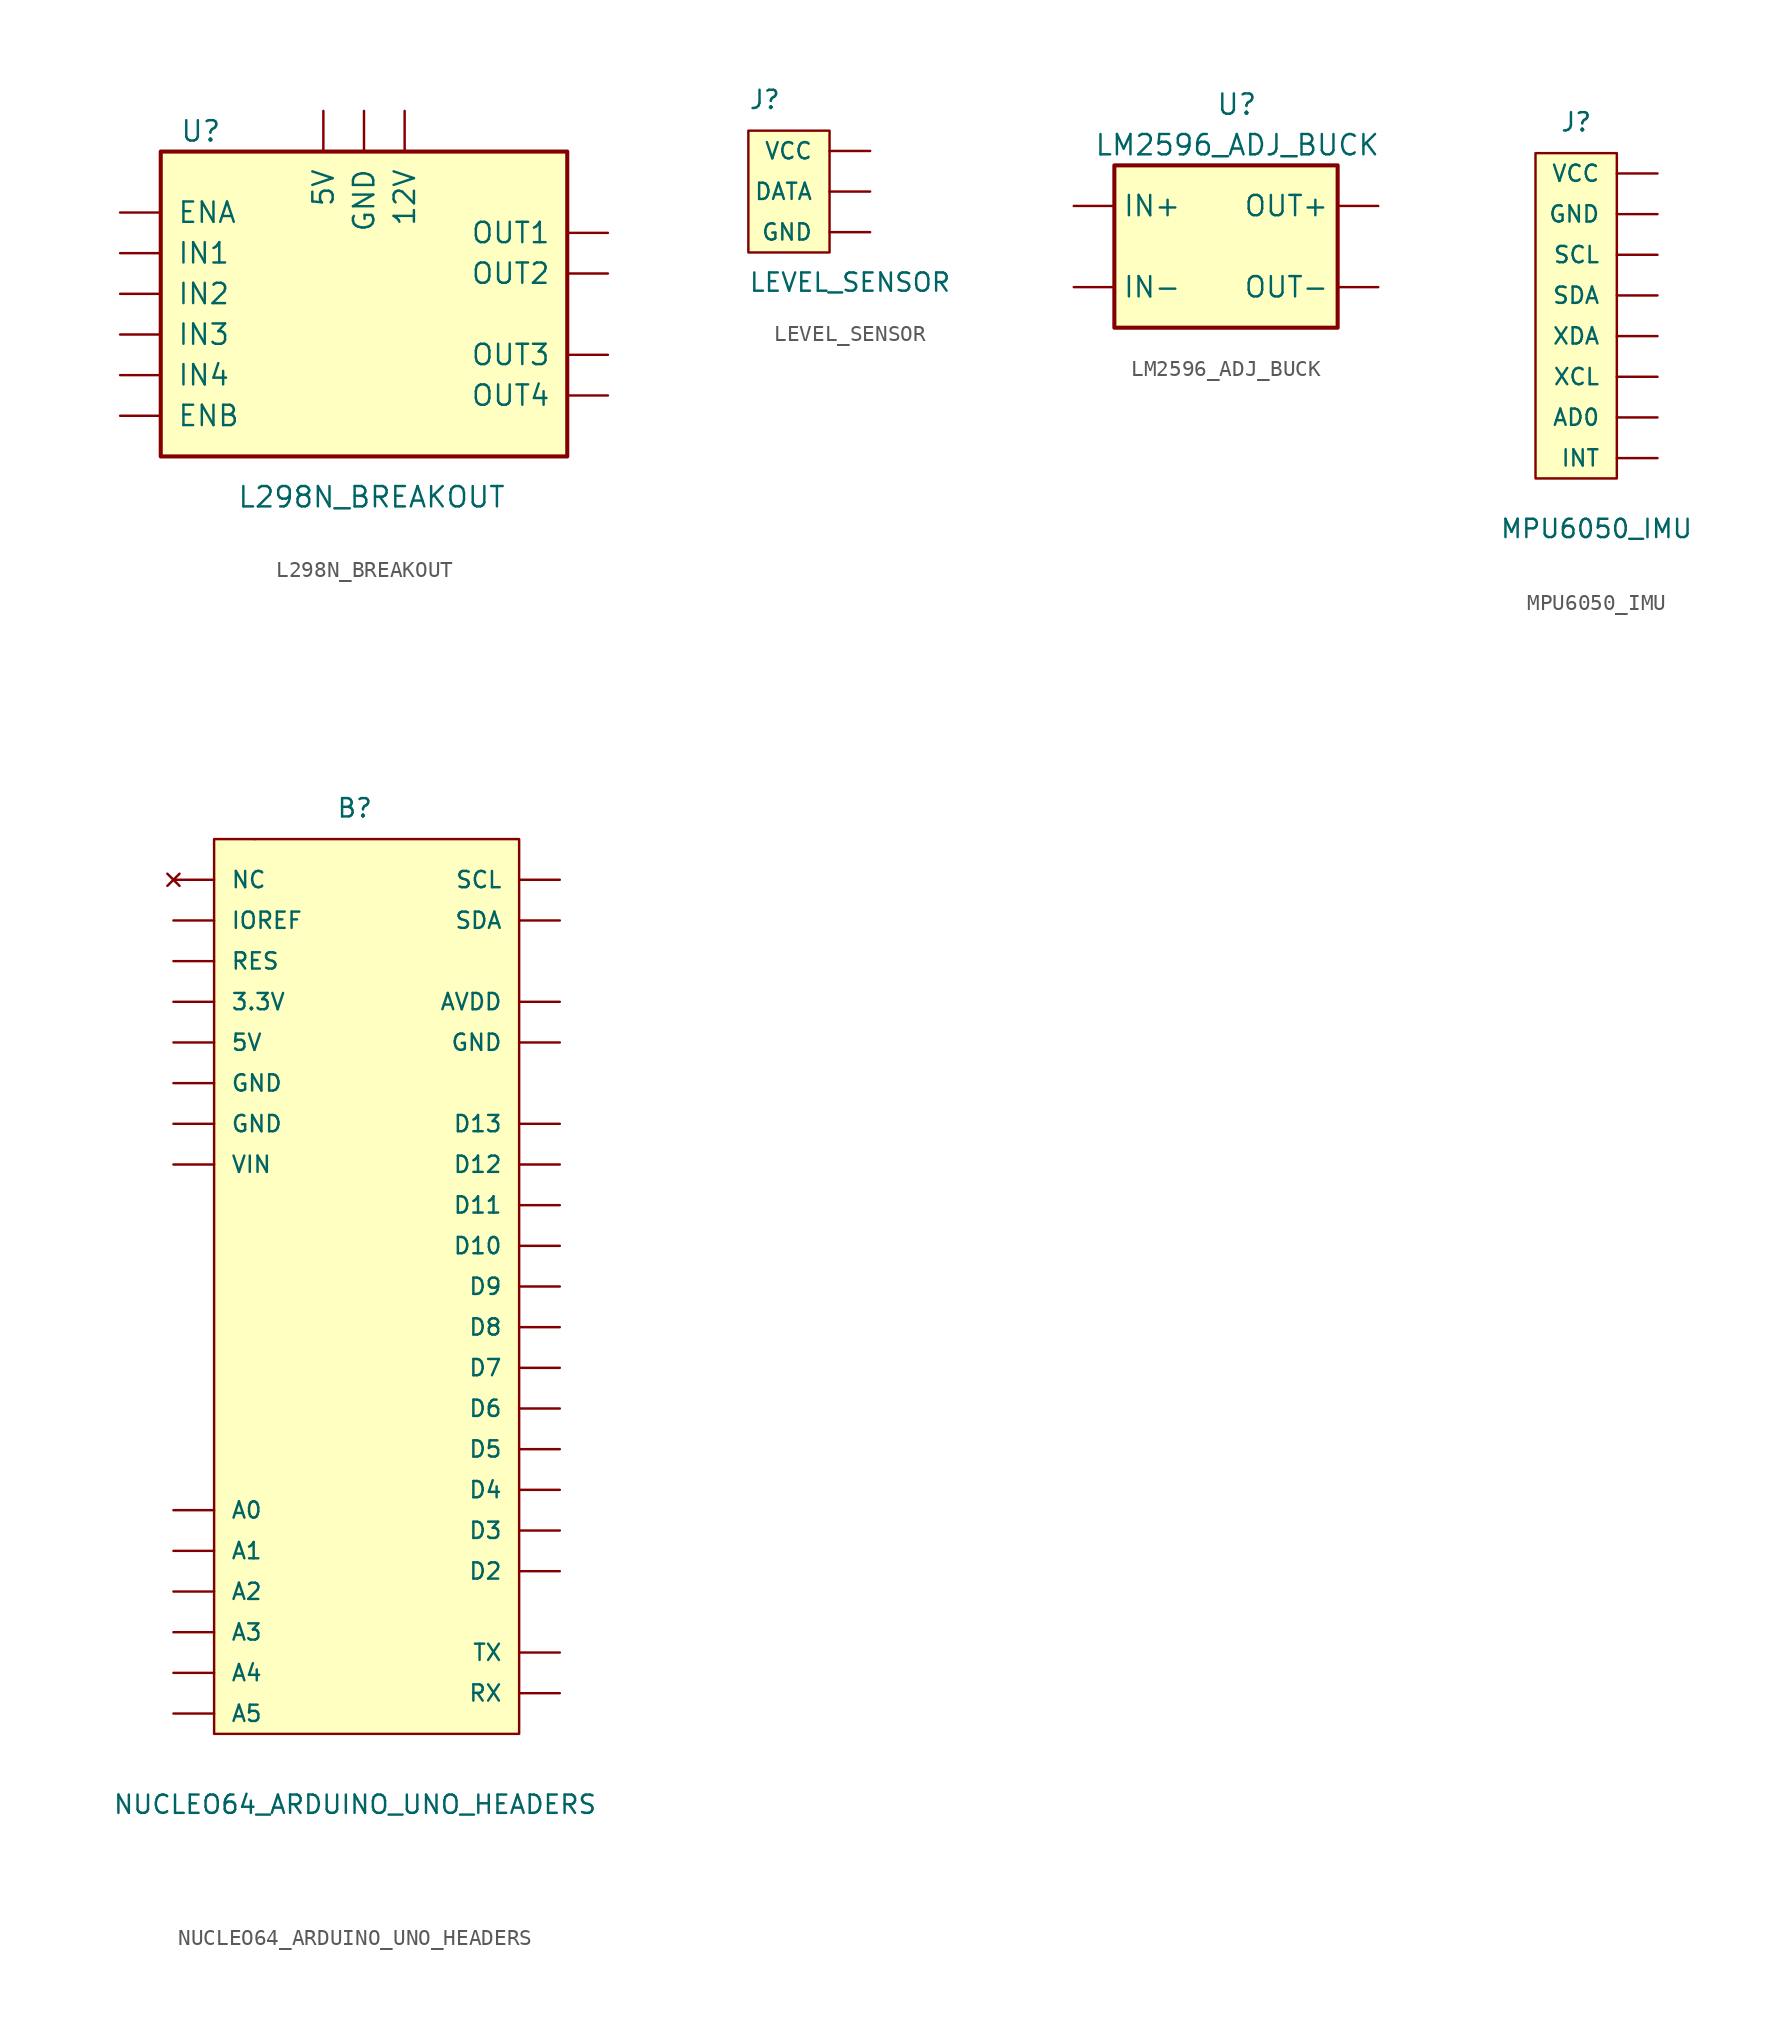
<source format=kicad_sym>
(kicad_symbol_lib
  (version 20211014)
  (generator kicad_symbol_editor)
  (symbol "L298N_BREAKOUT"
    (pin_numbers hide)
    (pin_names
      (offset 1.016))
    (property "Reference" "U"
      (at -8.89 11.43 0)
      (effects (font (size 1.27 1.27)) (justify right)))
    (property "Value" "L298N_BREAKOUT"
      (at 8.89 -11.43 0)
      (effects (font (size 1.27 1.27)) (justify right)))
    (symbol "L298N_BREAKOUT_0_1"
      (rectangle (start -12.7 10.16) (end 12.7 -8.89) (stroke (width 0.254) (type default) (color 0 0 0 0)) (fill (type background))))
    (symbol "L298N_BREAKOUT_1_1"
      (pin input line (at -15.24 -1.27 0) (length 2.54) (name "IN3" (effects (font (size 1.27 1.27)))) (number "10" (effects (font (size 1.27 1.27)))))
      (pin input line (at -15.24 -6.35 0) (length 2.54) (name "ENB" (effects (font (size 1.27 1.27)))) (number "11" (effects (font (size 1.27 1.27)))))
      (pin input line (at -15.24 -3.81 0) (length 2.54) (name "IN4" (effects (font (size 1.27 1.27)))) (number "12" (effects (font (size 1.27 1.27)))))
      (pin output line (at 15.24 -2.54 180) (length 2.54) (name "OUT3" (effects (font (size 1.27 1.27)))) (number "13" (effects (font (size 1.27 1.27)))))
      (pin output line (at 15.24 -5.08 180) (length 2.54) (name "OUT4" (effects (font (size 1.27 1.27)))) (number "14" (effects (font (size 1.27 1.27)))))
      (pin output line (at 15.24 5.08 180) (length 2.54) (name "OUT1" (effects (font (size 1.27 1.27)))) (number "2" (effects (font (size 1.27 1.27)))))
      (pin output line (at 15.24 2.54 180) (length 2.54) (name "OUT2" (effects (font (size 1.27 1.27)))) (number "3" (effects (font (size 1.27 1.27)))))
      (pin power_in line (at 2.54 12.7 270) (length 2.54) (name "12V" (effects (font (size 1.27 1.27)))) (number "4" (effects (font (size 1.27 1.27)))))
      (pin input line (at -15.24 3.81 0) (length 2.54) (name "IN1" (effects (font (size 1.27 1.27)))) (number "5" (effects (font (size 1.27 1.27)))))
      (pin input line (at -15.24 6.35 0) (length 2.54) (name "ENA" (effects (font (size 1.27 1.27)))) (number "6" (effects (font (size 1.27 1.27)))))
      (pin input line (at -15.24 1.27 0) (length 2.54) (name "IN2" (effects (font (size 1.27 1.27)))) (number "7" (effects (font (size 1.27 1.27)))))
      (pin power_in line (at 0 12.7 270) (length 2.54) (name "GND" (effects (font (size 1.27 1.27)))) (number "8" (effects (font (size 1.27 1.27)))))
      (pin power_in line (at -2.54 12.7 270) (length 2.54) (name "5V" (effects (font (size 1.27 1.27)))) (number "9" (effects (font (size 1.27 1.27)))))))
  (symbol "LEVEL_SENSOR"
    (pin_numbers hide)
    (pin_names
      (offset 1.016))
    (property "Reference" "J"
      (at -5.08 7.62 0)
      (effects (font (size 1.143 1.143)) (justify left bottom)))
    (property "Value" "LEVEL_SENSOR"
      (at -5.08 -3.81 0)
      (effects (font (size 1.143 1.143)) (justify left bottom)))
    (symbol "LEVEL_SENSOR_0_1"
      (rectangle (start 0 -1.27) (end -5.08 6.35) (stroke (width 0) (type default) (color 0 0 0 0)) (fill (type background))))
    (symbol "LEVEL_SENSOR_1_1"
      (pin power_in line (at 2.54 5.08 180) (length 2.54) (name "VCC" (effects (font (size 1.016 1.016)))) (number "1" (effects (font (size 1.016 1.016)))))
      (pin output line (at 2.54 2.54 180) (length 2.54) (name "DATA" (effects (font (size 1.016 1.016)))) (number "2" (effects (font (size 1.016 1.016)))))
      (pin power_in line (at 2.54 0 180) (length 2.54) (name "GND" (effects (font (size 1.016 1.016)))) (number "3" (effects (font (size 1.016 1.016)))))))
  (symbol "LM2596_ADJ_BUCK"
    (pin_numbers hide)
    (property "Reference" "U"
      (at -3.81 8.89 0)
      (effects (font (size 1.27 1.27)) (justify left)))
    (property "Value" "LM2596_ADJ_BUCK"
      (at -11.43 6.35 0)
      (effects (font (size 1.27 1.27)) (justify left)))
    (symbol "LM2596_ADJ_BUCK_0_1"
      (rectangle (start -10.16 5.08) (end 3.81 -5.08) (stroke (width 0.254) (type default) (color 0 0 0 0)) (fill (type background))))
    (symbol "LM2596_ADJ_BUCK_1_1"
      (pin power_in line (at -12.7 2.54 0) (length 2.54) (name "IN+" (effects (font (size 1.27 1.27)))) (number "1" (effects (font (size 1.27 1.27)))))
      (pin power_in line (at -12.7 -2.54 0) (length 2.54) (name "IN-" (effects (font (size 1.27 1.27)))) (number "2" (effects (font (size 1.27 1.27)))))
      (pin power_out line (at 6.35 -2.54 180) (length 2.54) (name "OUT-" (effects (font (size 1.27 1.27)))) (number "3" (effects (font (size 1.27 1.27)))))
      (pin power_out line (at 6.35 2.54 180) (length 2.54) (name "OUT+" (effects (font (size 1.27 1.27)))) (number "4" (effects (font (size 1.27 1.27)))))))
  (symbol "MPU6050_IMU"
    (pin_numbers hide)
    (pin_names
      (offset 1.016))
    (property "Reference" "J"
      (at -1.27 10.16 0)
      (effects (font (size 1.143 1.143)) (justify bottom)))
    (property "Value" "MPU6050_IMU"
      (at 0 -15.24 0)
      (effects (font (size 1.143 1.143)) (justify bottom)))
    (symbol "MPU6050_IMU_0_1"
      (rectangle (start -3.81 8.89) (end 1.27 -11.43) (stroke (width 0) (type default) (color 0 0 0 0)) (fill (type background))))
    (symbol "MPU6050_IMU_1_1"
      (pin input line (at 3.81 -7.62 180) (length 2.54) (name "AD0" (effects (font (size 1.016 1.016)))) (number "1" (effects (font (size 1.016 1.016)))))
      (pin input line (at 3.81 -10.16 180) (length 2.54) (name "INT" (effects (font (size 1.016 1.016)))) (number "1" (effects (font (size 1.016 1.016)))))
      (pin output line (at 3.81 -5.08 180) (length 2.54) (name "XCL" (effects (font (size 1.016 1.016)))) (number "2" (effects (font (size 1.016 1.016)))))
      (pin passive line (at 3.81 0 180) (length 2.54) (name "SDA" (effects (font (size 1.016 1.016)))) (number "3" (effects (font (size 1.016 1.016)))))
      (pin passive line (at 3.81 2.54 180) (length 2.54) (name "SCL" (effects (font (size 1.016 1.016)))) (number "4" (effects (font (size 1.016 1.016)))))
      (pin power_out line (at 3.81 -2.54 180) (length 2.54) (name "XDA" (effects (font (size 1.016 1.016)))) (number "5" (effects (font (size 1.016 1.016)))))
      (pin power_in line (at 3.81 5.08 180) (length 2.54) (name "GND" (effects (font (size 1.016 1.016)))) (number "6" (effects (font (size 1.016 1.016)))))
      (pin power_in line (at 3.81 7.62 180) (length 2.54) (name "VCC" (effects (font (size 1.016 1.016)))) (number "7" (effects (font (size 1.016 1.016)))))))
  (symbol "NUCLEO64_ARDUINO_UNO_HEADERS"
    (pin_numbers hide)
    (pin_names
      (offset 1.016))
    (property "Reference" "B"
      (at -1.27 22.86 0)
      (effects (font (size 1.143 1.143)) (justify left bottom)))
    (property "Value" "NUCLEO64_ARDUINO_UNO_HEADERS"
      (at -15.24 -39.37 0)
      (effects (font (size 1.143 1.143)) (justify left bottom)))
    (symbol "NUCLEO64_ARDUINO_UNO_HEADERS_1_1"
      (rectangle (start -6.35 21.59) (end -6.35 21.59) (stroke (width 0) (type default) (color 0 0 0 0)) (fill (type none)))
      (rectangle (start 6.35 3.81) (end 6.35 3.81) (stroke (width 0) (type default) (color 0 0 0 0)) (fill (type none)))
      (rectangle (start 10.16 21.59) (end -8.89 -34.29) (stroke (width 0) (type default) (color 0 0 0 0)) (fill (type background)))
      (pin bidirectional line (at -11.43 11.43 0) (length 2.54) (name "3.3V" (effects (font (size 1.016 1.016)))) (number "3.3V" (effects (font (size 1.016 1.016)))))
      (pin bidirectional line (at -11.43 8.89 0) (length 2.54) (name "5V" (effects (font (size 1.016 1.016)))) (number "5V" (effects (font (size 1.016 1.016)))))
      (pin bidirectional line (at -11.43 -20.32 0) (length 2.54) (name "A0" (effects (font (size 1.016 1.016)))) (number "A0" (effects (font (size 1.016 1.016)))))
      (pin bidirectional line (at -11.43 -22.86 0) (length 2.54) (name "A1" (effects (font (size 1.016 1.016)))) (number "A1" (effects (font (size 1.016 1.016)))))
      (pin bidirectional line (at -11.43 -25.4 0) (length 2.54) (name "A2" (effects (font (size 1.016 1.016)))) (number "A2" (effects (font (size 1.016 1.016)))))
      (pin bidirectional line (at -11.43 -27.94 0) (length 2.54) (name "A3" (effects (font (size 1.016 1.016)))) (number "A3" (effects (font (size 1.016 1.016)))))
      (pin bidirectional line (at -11.43 -30.48 0) (length 2.54) (name "A4" (effects (font (size 1.016 1.016)))) (number "A4" (effects (font (size 1.016 1.016)))))
      (pin bidirectional line (at -11.43 -33.02 0) (length 2.54) (name "A5" (effects (font (size 1.016 1.016)))) (number "A5" (effects (font (size 1.016 1.016)))))
      (pin power_in line (at 12.7 11.43 180) (length 2.54) (name "AVDD" (effects (font (size 1.016 1.016)))) (number "AVDD" (effects (font (size 1.016 1.016)))))
      (pin bidirectional line (at 12.7 -3.81 180) (length 2.54) (name "D10" (effects (font (size 1.016 1.016)))) (number "D10" (effects (font (size 1.016 1.016)))))
      (pin bidirectional line (at 12.7 -1.27 180) (length 2.54) (name "D11" (effects (font (size 1.016 1.016)))) (number "D11" (effects (font (size 1.016 1.016)))))
      (pin bidirectional line (at 12.7 1.27 180) (length 2.54) (name "D12" (effects (font (size 1.016 1.016)))) (number "D12" (effects (font (size 1.016 1.016)))))
      (pin bidirectional line (at 12.7 3.81 180) (length 2.54) (name "D13" (effects (font (size 1.016 1.016)))) (number "D13" (effects (font (size 1.016 1.016)))))
      (pin bidirectional line (at 12.7 -24.13 180) (length 2.54) (name "D2" (effects (font (size 1.016 1.016)))) (number "D2" (effects (font (size 1.016 1.016)))))
      (pin bidirectional line (at 12.7 -21.59 180) (length 2.54) (name "D3" (effects (font (size 1.016 1.016)))) (number "D3" (effects (font (size 1.016 1.016)))))
      (pin bidirectional line (at 12.7 -19.05 180) (length 2.54) (name "D4" (effects (font (size 1.016 1.016)))) (number "D4" (effects (font (size 1.016 1.016)))))
      (pin bidirectional line (at 12.7 -16.51 180) (length 2.54) (name "D5" (effects (font (size 1.016 1.016)))) (number "D5" (effects (font (size 1.016 1.016)))))
      (pin bidirectional line (at 12.7 -13.97 180) (length 2.54) (name "D6" (effects (font (size 1.016 1.016)))) (number "D6" (effects (font (size 1.016 1.016)))))
      (pin bidirectional line (at 12.7 -11.43 180) (length 2.54) (name "D7" (effects (font (size 1.016 1.016)))) (number "D7" (effects (font (size 1.016 1.016)))))
      (pin bidirectional line (at 12.7 -8.89 180) (length 2.54) (name "D8" (effects (font (size 1.016 1.016)))) (number "D8" (effects (font (size 1.016 1.016)))))
      (pin bidirectional line (at 12.7 -6.35 180) (length 2.54) (name "D9" (effects (font (size 1.016 1.016)))) (number "D9" (effects (font (size 1.016 1.016)))))
      (pin bidirectional line (at -11.43 3.81 0) (length 2.54) (name "GND" (effects (font (size 1.016 1.016)))) (number "GND" (effects (font (size 1.016 1.016)))))
      (pin bidirectional line (at -11.43 6.35 0) (length 2.54) (name "GND" (effects (font (size 1.016 1.016)))) (number "GND" (effects (font (size 1.016 1.016)))))
      (pin bidirectional line (at 12.7 8.89 180) (length 2.54) (name "GND" (effects (font (size 1.016 1.016)))) (number "GND" (effects (font (size 1.016 1.016)))))
      (pin bidirectional line (at -11.43 16.51 0) (length 2.54) (name "IOREF" (effects (font (size 1.016 1.016)))) (number "IOREF" (effects (font (size 1.016 1.016)))))
      (pin no_connect line (at -11.43 19.05 0) (length 2.54) (name "NC" (effects (font (size 1.016 1.016)))) (number "NC" (effects (font (size 1.016 1.016)))))
      (pin bidirectional line (at -11.43 13.97 0) (length 2.54) (name "RES" (effects (font (size 1.016 1.016)))) (number "RES" (effects (font (size 1.016 1.016)))))
      (pin bidirectional line (at 12.7 -31.75 180) (length 2.54) (name "RX" (effects (font (size 1.016 1.016)))) (number "RX" (effects (font (size 1.016 1.016)))))
      (pin bidirectional line (at 12.7 19.05 180) (length 2.54) (name "SCL" (effects (font (size 1.016 1.016)))) (number "SCL" (effects (font (size 1.016 1.016)))))
      (pin bidirectional line (at 12.7 16.51 180) (length 2.54) (name "SDA" (effects (font (size 1.016 1.016)))) (number "SDA" (effects (font (size 1.016 1.016)))))
      (pin bidirectional line (at 12.7 -29.21 180) (length 2.54) (name "TX" (effects (font (size 1.016 1.016)))) (number "TX" (effects (font (size 1.016 1.016)))))
      (pin power_in line (at -11.43 1.27 0) (length 2.54) (name "VIN" (effects (font (size 1.016 1.016)))) (number "VIN" (effects (font (size 1.016 1.016))))))))
</source>
